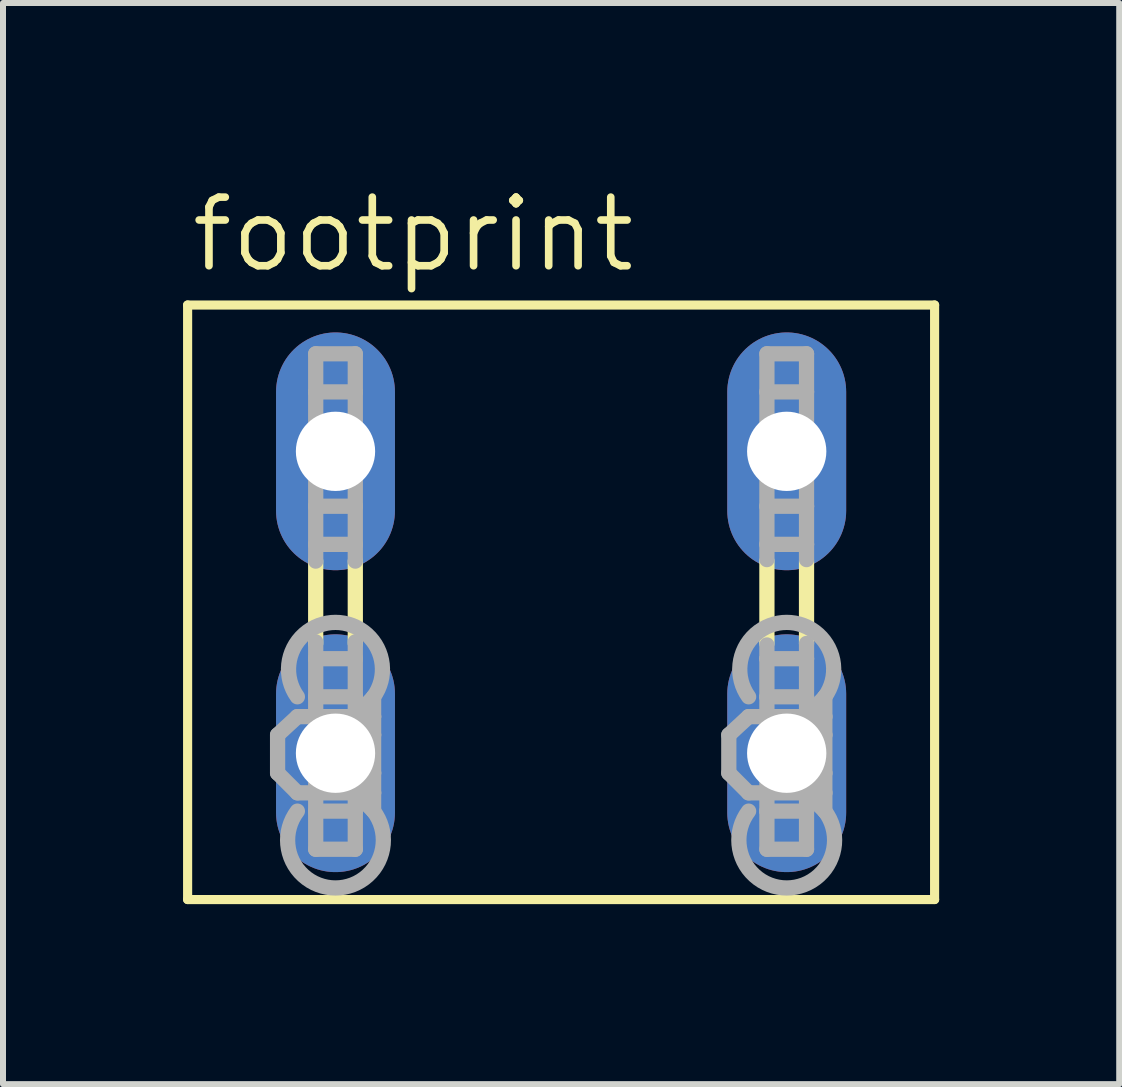
<source format=kicad_pcb>
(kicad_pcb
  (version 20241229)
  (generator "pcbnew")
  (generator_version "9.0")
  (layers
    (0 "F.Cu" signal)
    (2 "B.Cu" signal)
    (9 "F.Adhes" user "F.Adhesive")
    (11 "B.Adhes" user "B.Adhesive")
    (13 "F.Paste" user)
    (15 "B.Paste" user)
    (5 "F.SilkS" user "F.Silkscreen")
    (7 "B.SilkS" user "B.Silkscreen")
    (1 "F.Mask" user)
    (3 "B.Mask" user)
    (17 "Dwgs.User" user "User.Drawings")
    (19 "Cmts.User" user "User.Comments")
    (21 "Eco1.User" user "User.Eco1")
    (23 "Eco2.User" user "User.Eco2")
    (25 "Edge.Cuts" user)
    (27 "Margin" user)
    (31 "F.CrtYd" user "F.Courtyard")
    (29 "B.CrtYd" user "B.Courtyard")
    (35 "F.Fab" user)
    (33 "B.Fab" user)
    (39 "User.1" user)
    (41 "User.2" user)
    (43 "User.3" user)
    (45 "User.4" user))
  (footprint "footprint"
    (layer "F.Cu")
    (at 6.299 6.985)
    (property "Reference" "footprint" (at -6.223 -5.461 0) (layer "F.SilkS") (effects (font (size 1.143 1.143) (thickness 0.127)) (justify left bottom)))
    (fp_line (start -6.223 -4.953) (end -6.223 4.953) (stroke (width 0.152) (type solid)) (layer "F.SilkS"))
    (fp_line (start -6.223 -4.953) (end 6.223 -4.953) (stroke (width 0.152) (type solid)) (layer "F.SilkS"))
    (fp_line (start -4.089 0.686) (end -4.089 -0.686) (stroke (width 0.254) (type solid)) (layer "F.SilkS"))
    (fp_line (start -3.429 0.686) (end -3.429 -0.686) (stroke (width 0.254) (type solid)) (layer "F.SilkS"))
    (fp_line (start 3.429 0.686) (end 3.429 -0.686) (stroke (width 0.254) (type solid)) (layer "F.SilkS"))
    (fp_line (start 4.089 0.686) (end 4.089 -0.686) (stroke (width 0.254) (type solid)) (layer "F.SilkS"))
    (fp_line (start 6.223 4.953) (end -6.223 4.953) (stroke (width 0.152) (type solid)) (layer "F.SilkS"))
    (fp_line (start 6.223 4.953) (end 6.223 -4.953) (stroke (width 0.152) (type solid)) (layer "F.SilkS"))
    (fp_line (start -4.724 2.21) (end -4.394 1.905) (stroke (width 0.254) (type solid)) (layer "F.Fab"))
    (fp_line (start -4.724 2.845) (end -4.724 2.21) (stroke (width 0.254) (type solid)) (layer "F.Fab"))
    (fp_line (start -4.724 2.845) (end -4.394 3.175) (stroke (width 0.254) (type solid)) (layer "F.Fab"))
    (fp_line (start -4.089 -4.14) (end -3.429 -4.14) (stroke (width 0.254) (type solid)) (layer "F.Fab"))
    (fp_line (start -4.089 -3.505) (end -4.089 -4.14) (stroke (width 0.254) (type solid)) (layer "F.Fab"))
    (fp_line (start -4.089 -3.505) (end -4.089 -1.6) (stroke (width 0.254) (type solid)) (layer "F.Fab"))
    (fp_line (start -4.089 -1.6) (end -4.089 -0.965) (stroke (width 0.254) (type solid)) (layer "F.Fab"))
    (fp_line (start -4.089 -1.6) (end -3.429 -1.6) (stroke (width 0.254) (type solid)) (layer "F.Fab"))
    (fp_line (start -4.089 -0.965) (end -3.429 -0.965) (stroke (width 0.254) (type solid)) (layer "F.Fab"))
    (fp_line (start -4.089 -0.686) (end -4.089 -0.965) (stroke (width 0.254) (type solid)) (layer "F.Fab"))
    (fp_line (start -4.089 0.94) (end -4.089 0.66) (stroke (width 0.254) (type solid)) (layer "F.Fab"))
    (fp_line (start -4.089 0.94) (end -3.429 0.94) (stroke (width 0.254) (type solid)) (layer "F.Fab"))
    (fp_line (start -4.089 1.575) (end -4.089 0.94) (stroke (width 0.254) (type solid)) (layer "F.Fab"))
    (fp_line (start -4.089 1.575) (end -4.089 3.48) (stroke (width 0.254) (type solid)) (layer "F.Fab"))
    (fp_line (start -4.089 3.48) (end -4.089 4.115) (stroke (width 0.254) (type solid)) (layer "F.Fab"))
    (fp_line (start -4.089 3.48) (end -3.429 3.48) (stroke (width 0.254) (type solid)) (layer "F.Fab"))
    (fp_line (start -4.089 4.115) (end -3.429 4.115) (stroke (width 0.254) (type solid)) (layer "F.Fab"))
    (fp_line (start -3.429 -4.14) (end -3.429 -3.505) (stroke (width 0.254) (type solid)) (layer "F.Fab"))
    (fp_line (start -3.429 -3.505) (end -4.089 -3.505) (stroke (width 0.254) (type solid)) (layer "F.Fab"))
    (fp_line (start -3.429 -1.6) (end -3.429 -3.505) (stroke (width 0.254) (type solid)) (layer "F.Fab"))
    (fp_line (start -3.429 -0.965) (end -3.429 -1.6) (stroke (width 0.254) (type solid)) (layer "F.Fab"))
    (fp_line (start -3.429 -0.686) (end -3.429 -0.965) (stroke (width 0.254) (type solid)) (layer "F.Fab"))
    (fp_line (start -3.429 0.94) (end -3.429 0.66) (stroke (width 0.254) (type solid)) (layer "F.Fab"))
    (fp_line (start -3.429 0.94) (end -3.429 1.575) (stroke (width 0.254) (type solid)) (layer "F.Fab"))
    (fp_line (start -3.429 1.575) (end -4.089 1.575) (stroke (width 0.254) (type solid)) (layer "F.Fab"))
    (fp_line (start -3.429 1.905) (end -4.394 1.905) (stroke (width 0.254) (type solid)) (layer "F.Fab"))
    (fp_line (start -3.429 1.905) (end -3.429 1.575) (stroke (width 0.254) (type solid)) (layer "F.Fab"))
    (fp_line (start -3.429 1.905) (end -3.124 1.575) (stroke (width 0.254) (type solid)) (layer "F.Fab"))
    (fp_line (start -3.429 1.905) (end -3.124 2.21) (stroke (width 0.254) (type solid)) (layer "F.Fab"))
    (fp_line (start -3.429 3.175) (end -4.394 3.175) (stroke (width 0.254) (type solid)) (layer "F.Fab"))
    (fp_line (start -3.429 3.175) (end -3.429 1.905) (stroke (width 0.254) (type solid)) (layer "F.Fab"))
    (fp_line (start -3.429 3.175) (end -3.124 2.845) (stroke (width 0.254) (type solid)) (layer "F.Fab"))
    (fp_line (start -3.429 3.175) (end -3.124 3.48) (stroke (width 0.254) (type solid)) (layer "F.Fab"))
    (fp_line (start -3.429 3.48) (end -3.429 3.175) (stroke (width 0.254) (type solid)) (layer "F.Fab"))
    (fp_line (start -3.429 4.115) (end -3.429 3.48) (stroke (width 0.254) (type solid)) (layer "F.Fab"))
    (fp_line (start -3.124 1.905) (end -3.429 1.905) (stroke (width 0.254) (type solid)) (layer "F.Fab"))
    (fp_line (start -3.124 1.905) (end -3.124 1.575) (stroke (width 0.254) (type solid)) (layer "F.Fab"))
    (fp_line (start -3.124 2.21) (end -3.124 1.905) (stroke (width 0.254) (type solid)) (layer "F.Fab"))
    (fp_line (start -3.124 2.845) (end -3.124 2.21) (stroke (width 0.254) (type solid)) (layer "F.Fab"))
    (fp_line (start -3.124 3.175) (end -3.429 3.175) (stroke (width 0.254) (type solid)) (layer "F.Fab"))
    (fp_line (start -3.124 3.175) (end -3.124 2.845) (stroke (width 0.254) (type solid)) (layer "F.Fab"))
    (fp_line (start -3.124 3.48) (end -3.124 3.175) (stroke (width 0.254) (type solid)) (layer "F.Fab"))
    (fp_line (start 2.794 2.21) (end 3.124 1.905) (stroke (width 0.254) (type solid)) (layer "F.Fab"))
    (fp_line (start 2.794 2.845) (end 2.794 2.21) (stroke (width 0.254) (type solid)) (layer "F.Fab"))
    (fp_line (start 2.794 2.845) (end 3.124 3.175) (stroke (width 0.254) (type solid)) (layer "F.Fab"))
    (fp_line (start 3.429 -4.14) (end 4.089 -4.14) (stroke (width 0.254) (type solid)) (layer "F.Fab"))
    (fp_line (start 3.429 -3.505) (end 3.429 -4.14) (stroke (width 0.254) (type solid)) (layer "F.Fab"))
    (fp_line (start 3.429 -3.505) (end 3.429 -1.6) (stroke (width 0.254) (type solid)) (layer "F.Fab"))
    (fp_line (start 3.429 -1.6) (end 3.429 -0.965) (stroke (width 0.254) (type solid)) (layer "F.Fab"))
    (fp_line (start 3.429 -1.6) (end 4.089 -1.6) (stroke (width 0.254) (type solid)) (layer "F.Fab"))
    (fp_line (start 3.429 -0.965) (end 4.089 -0.965) (stroke (width 0.254) (type solid)) (layer "F.Fab"))
    (fp_line (start 3.429 -0.711) (end 3.429 -0.965) (stroke (width 0.254) (type solid)) (layer "F.Fab"))
    (fp_line (start 3.429 0.94) (end 3.429 0.711) (stroke (width 0.254) (type solid)) (layer "F.Fab"))
    (fp_line (start 3.429 0.94) (end 4.089 0.94) (stroke (width 0.254) (type solid)) (layer "F.Fab"))
    (fp_line (start 3.429 1.575) (end 3.429 0.94) (stroke (width 0.254) (type solid)) (layer "F.Fab"))
    (fp_line (start 3.429 1.575) (end 3.429 3.48) (stroke (width 0.254) (type solid)) (layer "F.Fab"))
    (fp_line (start 3.429 3.48) (end 3.429 4.115) (stroke (width 0.254) (type solid)) (layer "F.Fab"))
    (fp_line (start 3.429 3.48) (end 4.089 3.48) (stroke (width 0.254) (type solid)) (layer "F.Fab"))
    (fp_line (start 3.429 4.115) (end 4.089 4.115) (stroke (width 0.254) (type solid)) (layer "F.Fab"))
    (fp_line (start 4.089 -4.14) (end 4.089 -3.505) (stroke (width 0.254) (type solid)) (layer "F.Fab"))
    (fp_line (start 4.089 -3.505) (end 3.429 -3.505) (stroke (width 0.254) (type solid)) (layer "F.Fab"))
    (fp_line (start 4.089 -1.6) (end 4.089 -3.505) (stroke (width 0.254) (type solid)) (layer "F.Fab"))
    (fp_line (start 4.089 -0.965) (end 4.089 -1.6) (stroke (width 0.254) (type solid)) (layer "F.Fab"))
    (fp_line (start 4.089 -0.711) (end 4.089 -0.965) (stroke (width 0.254) (type solid)) (layer "F.Fab"))
    (fp_line (start 4.089 0.94) (end 4.089 0.686) (stroke (width 0.254) (type solid)) (layer "F.Fab"))
    (fp_line (start 4.089 0.94) (end 4.089 1.575) (stroke (width 0.254) (type solid)) (layer "F.Fab"))
    (fp_line (start 4.089 1.575) (end 3.429 1.575) (stroke (width 0.254) (type solid)) (layer "F.Fab"))
    (fp_line (start 4.089 1.905) (end 3.124 1.905) (stroke (width 0.254) (type solid)) (layer "F.Fab"))
    (fp_line (start 4.089 1.905) (end 4.089 1.575) (stroke (width 0.254) (type solid)) (layer "F.Fab"))
    (fp_line (start 4.089 1.905) (end 4.394 1.575) (stroke (width 0.254) (type solid)) (layer "F.Fab"))
    (fp_line (start 4.089 1.905) (end 4.394 2.21) (stroke (width 0.254) (type solid)) (layer "F.Fab"))
    (fp_line (start 4.089 3.175) (end 3.124 3.175) (stroke (width 0.254) (type solid)) (layer "F.Fab"))
    (fp_line (start 4.089 3.175) (end 4.089 1.905) (stroke (width 0.254) (type solid)) (layer "F.Fab"))
    (fp_line (start 4.089 3.175) (end 4.394 2.845) (stroke (width 0.254) (type solid)) (layer "F.Fab"))
    (fp_line (start 4.089 3.175) (end 4.394 3.48) (stroke (width 0.254) (type solid)) (layer "F.Fab"))
    (fp_line (start 4.089 3.48) (end 4.089 3.175) (stroke (width 0.254) (type solid)) (layer "F.Fab"))
    (fp_line (start 4.089 4.115) (end 4.089 3.48) (stroke (width 0.254) (type solid)) (layer "F.Fab"))
    (fp_line (start 4.394 1.905) (end 4.089 1.905) (stroke (width 0.254) (type solid)) (layer "F.Fab"))
    (fp_line (start 4.394 1.905) (end 4.394 1.575) (stroke (width 0.254) (type solid)) (layer "F.Fab"))
    (fp_line (start 4.394 2.21) (end 4.394 1.905) (stroke (width 0.254) (type solid)) (layer "F.Fab"))
    (fp_line (start 4.394 2.845) (end 4.394 2.21) (stroke (width 0.254) (type solid)) (layer "F.Fab"))
    (fp_line (start 4.394 3.175) (end 4.089 3.175) (stroke (width 0.254) (type solid)) (layer "F.Fab"))
    (fp_line (start 4.394 3.175) (end 4.394 2.845) (stroke (width 0.254) (type solid)) (layer "F.Fab"))
    (fp_line (start 4.394 3.48) (end 4.394 3.175) (stroke (width 0.254) (type solid)) (layer "F.Fab"))
    (fp_arc (start -4.3942 1.5748) (mid -3.759201 0.33513) (end -3.124199 1.574799) (stroke (width 0.254) (type solid)) (layer "F.Fab"))
    (fp_arc (start -3.1242 3.4798) (mid -3.7592 4.759976) (end -4.3942 3.4798) (stroke (width 0.254) (type solid)) (layer "F.Fab"))
    (fp_arc (start 3.1242 1.5748) (mid 3.759199 0.33513) (end 4.394201 1.574799) (stroke (width 0.254) (type solid)) (layer "F.Fab"))
    (fp_arc (start 4.3942 3.4798) (mid 3.7592 4.759976) (end 3.1242 3.4798) (stroke (width 0.254) (type solid)) (layer "F.Fab"))
    (pad "1" thru_hole oval (at -3.759 2.515 90) (size 3.962 1.981) (drill 1.321) (layers "*.Cu" "*.Mask"))
    (pad "2" thru_hole oval (at -3.759 -2.515 90) (size 3.962 1.981) (drill 1.321) (layers "*.Cu" "*.Mask"))
    (pad "3" thru_hole oval (at 3.759 2.515 90) (size 3.962 1.981) (drill 1.321) (layers "*.Cu" "*.Mask"))
    (pad "4" thru_hole oval (at 3.759 -2.515 90) (size 3.962 1.981) (drill 1.321) (layers "*.Cu" "*.Mask")))
  (gr_rect
    (start -3 -3)
    (end 15.598 15.014)
    (stroke (width 0.1) (type default))
    (fill no)
    (layer "Edge.Cuts")))
</source>
